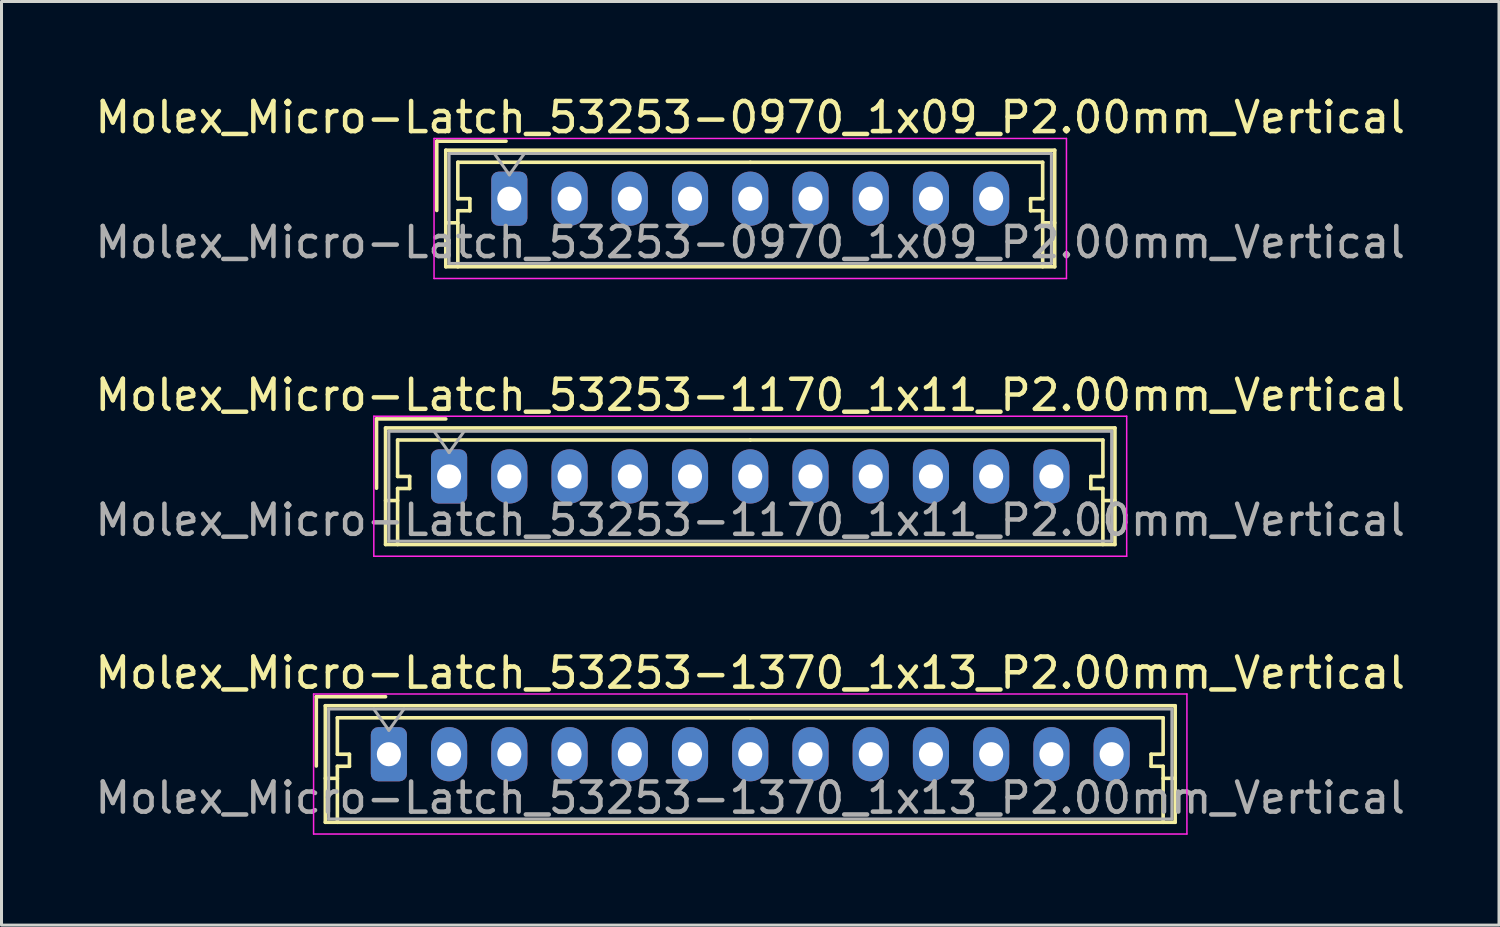
<source format=kicad_pcb>
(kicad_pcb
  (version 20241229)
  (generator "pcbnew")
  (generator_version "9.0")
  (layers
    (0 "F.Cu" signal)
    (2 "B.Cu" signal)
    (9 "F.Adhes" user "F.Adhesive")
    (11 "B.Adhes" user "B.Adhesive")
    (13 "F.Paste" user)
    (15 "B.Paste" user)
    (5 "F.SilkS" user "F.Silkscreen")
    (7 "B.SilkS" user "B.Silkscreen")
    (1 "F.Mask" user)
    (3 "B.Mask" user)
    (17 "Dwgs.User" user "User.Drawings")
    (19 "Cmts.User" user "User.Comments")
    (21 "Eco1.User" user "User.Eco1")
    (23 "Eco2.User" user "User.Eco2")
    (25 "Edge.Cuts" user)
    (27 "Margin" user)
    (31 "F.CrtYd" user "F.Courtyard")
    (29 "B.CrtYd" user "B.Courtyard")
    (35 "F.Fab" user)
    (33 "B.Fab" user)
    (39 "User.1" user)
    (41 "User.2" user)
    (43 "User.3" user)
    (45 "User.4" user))
  (footprint "Molex_Micro-Latch_53253-0970_1x09_P2.00mm_Vertical"
    (layer "F.Cu")
    (at 13.863 3.548)
    (property "Reference" "Molex_Micro-Latch_53253-0970_1x09_P2.00mm_Vertical" (at 8 -2.7 0) (layer "F.SilkS") (effects (font (size 1 1) (thickness 0.15))))
    (attr through_hole)
    (fp_line (start -2.41 -1.91) (end -2.41 0.39) (stroke (width 0.12) (type solid)) (layer "F.SilkS"))
    (fp_line (start -2.11 -1.61) (end -2.11 2.26) (stroke (width 0.12) (type solid)) (layer "F.SilkS"))
    (fp_line (start -2.11 0.8) (end -1.71 0.8) (stroke (width 0.12) (type solid)) (layer "F.SilkS"))
    (fp_line (start -2.11 2.26) (end 18.11 2.26) (stroke (width 0.12) (type solid)) (layer "F.SilkS"))
    (fp_line (start -1.71 -1.21) (end -1.71 0) (stroke (width 0.12) (type solid)) (layer "F.SilkS"))
    (fp_line (start -1.71 0) (end -1.31 0) (stroke (width 0.12) (type solid)) (layer "F.SilkS"))
    (fp_line (start -1.71 0.4) (end -1.71 2.26) (stroke (width 0.12) (type solid)) (layer "F.SilkS"))
    (fp_line (start -1.31 0) (end -1.31 0.4) (stroke (width 0.12) (type solid)) (layer "F.SilkS"))
    (fp_line (start -1.31 0.4) (end -1.71 0.4) (stroke (width 0.12) (type solid)) (layer "F.SilkS"))
    (fp_line (start -0.11 -1.91) (end -2.41 -1.91) (stroke (width 0.12) (type solid)) (layer "F.SilkS"))
    (fp_line (start 8 -1.21) (end -1.71 -1.21) (stroke (width 0.12) (type solid)) (layer "F.SilkS"))
    (fp_line (start 8 -1.21) (end 17.71 -1.21) (stroke (width 0.12) (type solid)) (layer "F.SilkS"))
    (fp_line (start 17.31 0) (end 17.31 0.4) (stroke (width 0.12) (type solid)) (layer "F.SilkS"))
    (fp_line (start 17.31 0.4) (end 17.71 0.4) (stroke (width 0.12) (type solid)) (layer "F.SilkS"))
    (fp_line (start 17.71 -1.21) (end 17.71 0) (stroke (width 0.12) (type solid)) (layer "F.SilkS"))
    (fp_line (start 17.71 0) (end 17.31 0) (stroke (width 0.12) (type solid)) (layer "F.SilkS"))
    (fp_line (start 17.71 0.4) (end 17.71 2.26) (stroke (width 0.12) (type solid)) (layer "F.SilkS"))
    (fp_line (start 18.11 -1.61) (end -2.11 -1.61) (stroke (width 0.12) (type solid)) (layer "F.SilkS"))
    (fp_line (start 18.11 0.8) (end 17.71 0.8) (stroke (width 0.12) (type solid)) (layer "F.SilkS"))
    (fp_line (start 18.11 2.26) (end 18.11 -1.61) (stroke (width 0.12) (type solid)) (layer "F.SilkS"))
    (fp_line (start -2.5 -2) (end -2.5 2.65) (stroke (width 0.05) (type solid)) (layer "F.CrtYd"))
    (fp_line (start -2.5 2.65) (end 18.5 2.65) (stroke (width 0.05) (type solid)) (layer "F.CrtYd"))
    (fp_line (start 18.5 -2) (end -2.5 -2) (stroke (width 0.05) (type solid)) (layer "F.CrtYd"))
    (fp_line (start 18.5 2.65) (end 18.5 -2) (stroke (width 0.05) (type solid)) (layer "F.CrtYd"))
    (fp_line (start -2 -1.5) (end -2 2.15) (stroke (width 0.1) (type solid)) (layer "F.Fab"))
    (fp_line (start -2 2.15) (end 18 2.15) (stroke (width 0.1) (type solid)) (layer "F.Fab"))
    (fp_line (start -0.5 -1.5) (end 0 -0.793) (stroke (width 0.1) (type solid)) (layer "F.Fab"))
    (fp_line (start 0 -0.793) (end 0.5 -1.5) (stroke (width 0.1) (type solid)) (layer "F.Fab"))
    (fp_line (start 18 -1.5) (end -2 -1.5) (stroke (width 0.1) (type solid)) (layer "F.Fab"))
    (fp_line (start 18 2.15) (end 18 -1.5) (stroke (width 0.1) (type solid)) (layer "F.Fab"))
    (fp_text user "${REFERENCE}" (at 8 1.45 0) (layer "F.Fab") (effects (font (size 1 1) (thickness 0.15))))
    (pad "1" thru_hole roundrect (at 0 0) (size 1.2 1.8) (drill 0.8) (layers "*.Cu" "*.Mask") (roundrect_rratio 0.208))
    (pad "2" thru_hole oval (at 2 0) (size 1.2 1.8) (drill 0.8) (layers "*.Cu" "*.Mask"))
    (pad "3" thru_hole oval (at 4 0) (size 1.2 1.8) (drill 0.8) (layers "*.Cu" "*.Mask"))
    (pad "4" thru_hole oval (at 6 0) (size 1.2 1.8) (drill 0.8) (layers "*.Cu" "*.Mask"))
    (pad "5" thru_hole oval (at 8 0) (size 1.2 1.8) (drill 0.8) (layers "*.Cu" "*.Mask"))
    (pad "6" thru_hole oval (at 10 0) (size 1.2 1.8) (drill 0.8) (layers "*.Cu" "*.Mask"))
    (pad "7" thru_hole oval (at 12 0) (size 1.2 1.8) (drill 0.8) (layers "*.Cu" "*.Mask"))
    (pad "8" thru_hole oval (at 14 0) (size 1.2 1.8) (drill 0.8) (layers "*.Cu" "*.Mask"))
    (pad "9" thru_hole oval (at 16 0) (size 1.2 1.8) (drill 0.8) (layers "*.Cu" "*.Mask")))
  (footprint "Molex_Micro-Latch_53253-1370_1x13_P2.00mm_Vertical"
    (layer "F.Cu")
    (at 9.863 21.995)
    (property "Reference" "Molex_Micro-Latch_53253-1370_1x13_P2.00mm_Vertical" (at 12 -2.7 0) (layer "F.SilkS") (effects (font (size 1 1) (thickness 0.15))))
    (attr through_hole)
    (fp_line (start -2.41 -1.91) (end -2.41 0.39) (stroke (width 0.12) (type solid)) (layer "F.SilkS"))
    (fp_line (start -2.11 -1.61) (end -2.11 2.26) (stroke (width 0.12) (type solid)) (layer "F.SilkS"))
    (fp_line (start -2.11 0.8) (end -1.71 0.8) (stroke (width 0.12) (type solid)) (layer "F.SilkS"))
    (fp_line (start -2.11 2.26) (end 26.11 2.26) (stroke (width 0.12) (type solid)) (layer "F.SilkS"))
    (fp_line (start -1.71 -1.21) (end -1.71 0) (stroke (width 0.12) (type solid)) (layer "F.SilkS"))
    (fp_line (start -1.71 0) (end -1.31 0) (stroke (width 0.12) (type solid)) (layer "F.SilkS"))
    (fp_line (start -1.71 0.4) (end -1.71 2.26) (stroke (width 0.12) (type solid)) (layer "F.SilkS"))
    (fp_line (start -1.31 0) (end -1.31 0.4) (stroke (width 0.12) (type solid)) (layer "F.SilkS"))
    (fp_line (start -1.31 0.4) (end -1.71 0.4) (stroke (width 0.12) (type solid)) (layer "F.SilkS"))
    (fp_line (start -0.11 -1.91) (end -2.41 -1.91) (stroke (width 0.12) (type solid)) (layer "F.SilkS"))
    (fp_line (start 12 -1.21) (end -1.71 -1.21) (stroke (width 0.12) (type solid)) (layer "F.SilkS"))
    (fp_line (start 12 -1.21) (end 25.71 -1.21) (stroke (width 0.12) (type solid)) (layer "F.SilkS"))
    (fp_line (start 25.31 0) (end 25.31 0.4) (stroke (width 0.12) (type solid)) (layer "F.SilkS"))
    (fp_line (start 25.31 0.4) (end 25.71 0.4) (stroke (width 0.12) (type solid)) (layer "F.SilkS"))
    (fp_line (start 25.71 -1.21) (end 25.71 0) (stroke (width 0.12) (type solid)) (layer "F.SilkS"))
    (fp_line (start 25.71 0) (end 25.31 0) (stroke (width 0.12) (type solid)) (layer "F.SilkS"))
    (fp_line (start 25.71 0.4) (end 25.71 2.26) (stroke (width 0.12) (type solid)) (layer "F.SilkS"))
    (fp_line (start 26.11 -1.61) (end -2.11 -1.61) (stroke (width 0.12) (type solid)) (layer "F.SilkS"))
    (fp_line (start 26.11 0.8) (end 25.71 0.8) (stroke (width 0.12) (type solid)) (layer "F.SilkS"))
    (fp_line (start 26.11 2.26) (end 26.11 -1.61) (stroke (width 0.12) (type solid)) (layer "F.SilkS"))
    (fp_line (start -2.5 -2) (end -2.5 2.65) (stroke (width 0.05) (type solid)) (layer "F.CrtYd"))
    (fp_line (start -2.5 2.65) (end 26.5 2.65) (stroke (width 0.05) (type solid)) (layer "F.CrtYd"))
    (fp_line (start 26.5 -2) (end -2.5 -2) (stroke (width 0.05) (type solid)) (layer "F.CrtYd"))
    (fp_line (start 26.5 2.65) (end 26.5 -2) (stroke (width 0.05) (type solid)) (layer "F.CrtYd"))
    (fp_line (start -2 -1.5) (end -2 2.15) (stroke (width 0.1) (type solid)) (layer "F.Fab"))
    (fp_line (start -2 2.15) (end 26 2.15) (stroke (width 0.1) (type solid)) (layer "F.Fab"))
    (fp_line (start -0.5 -1.5) (end 0 -0.793) (stroke (width 0.1) (type solid)) (layer "F.Fab"))
    (fp_line (start 0 -0.793) (end 0.5 -1.5) (stroke (width 0.1) (type solid)) (layer "F.Fab"))
    (fp_line (start 26 -1.5) (end -2 -1.5) (stroke (width 0.1) (type solid)) (layer "F.Fab"))
    (fp_line (start 26 2.15) (end 26 -1.5) (stroke (width 0.1) (type solid)) (layer "F.Fab"))
    (fp_text user "${REFERENCE}" (at 12 1.45 0) (layer "F.Fab") (effects (font (size 1 1) (thickness 0.15))))
    (pad "1" thru_hole roundrect (at 0 0) (size 1.2 1.8) (drill 0.8) (layers "*.Cu" "*.Mask") (roundrect_rratio 0.208))
    (pad "2" thru_hole oval (at 2 0) (size 1.2 1.8) (drill 0.8) (layers "*.Cu" "*.Mask"))
    (pad "3" thru_hole oval (at 4 0) (size 1.2 1.8) (drill 0.8) (layers "*.Cu" "*.Mask"))
    (pad "4" thru_hole oval (at 6 0) (size 1.2 1.8) (drill 0.8) (layers "*.Cu" "*.Mask"))
    (pad "5" thru_hole oval (at 8 0) (size 1.2 1.8) (drill 0.8) (layers "*.Cu" "*.Mask"))
    (pad "6" thru_hole oval (at 10 0) (size 1.2 1.8) (drill 0.8) (layers "*.Cu" "*.Mask"))
    (pad "7" thru_hole oval (at 12 0) (size 1.2 1.8) (drill 0.8) (layers "*.Cu" "*.Mask"))
    (pad "8" thru_hole oval (at 14 0) (size 1.2 1.8) (drill 0.8) (layers "*.Cu" "*.Mask"))
    (pad "9" thru_hole oval (at 16 0) (size 1.2 1.8) (drill 0.8) (layers "*.Cu" "*.Mask"))
    (pad "10" thru_hole oval (at 18 0) (size 1.2 1.8) (drill 0.8) (layers "*.Cu" "*.Mask"))
    (pad "11" thru_hole oval (at 20 0) (size 1.2 1.8) (drill 0.8) (layers "*.Cu" "*.Mask"))
    (pad "12" thru_hole oval (at 22 0) (size 1.2 1.8) (drill 0.8) (layers "*.Cu" "*.Mask"))
    (pad "13" thru_hole oval (at 24 0) (size 1.2 1.8) (drill 0.8) (layers "*.Cu" "*.Mask")))
  (footprint "Molex_Micro-Latch_53253-1170_1x11_P2.00mm_Vertical"
    (layer "F.Cu")
    (at 11.863 12.771)
    (property "Reference" "Molex_Micro-Latch_53253-1170_1x11_P2.00mm_Vertical" (at 10 -2.7 0) (layer "F.SilkS") (effects (font (size 1 1) (thickness 0.15))))
    (attr through_hole)
    (fp_line (start -2.41 -1.91) (end -2.41 0.39) (stroke (width 0.12) (type solid)) (layer "F.SilkS"))
    (fp_line (start -2.11 -1.61) (end -2.11 2.26) (stroke (width 0.12) (type solid)) (layer "F.SilkS"))
    (fp_line (start -2.11 0.8) (end -1.71 0.8) (stroke (width 0.12) (type solid)) (layer "F.SilkS"))
    (fp_line (start -2.11 2.26) (end 22.11 2.26) (stroke (width 0.12) (type solid)) (layer "F.SilkS"))
    (fp_line (start -1.71 -1.21) (end -1.71 0) (stroke (width 0.12) (type solid)) (layer "F.SilkS"))
    (fp_line (start -1.71 0) (end -1.31 0) (stroke (width 0.12) (type solid)) (layer "F.SilkS"))
    (fp_line (start -1.71 0.4) (end -1.71 2.26) (stroke (width 0.12) (type solid)) (layer "F.SilkS"))
    (fp_line (start -1.31 0) (end -1.31 0.4) (stroke (width 0.12) (type solid)) (layer "F.SilkS"))
    (fp_line (start -1.31 0.4) (end -1.71 0.4) (stroke (width 0.12) (type solid)) (layer "F.SilkS"))
    (fp_line (start -0.11 -1.91) (end -2.41 -1.91) (stroke (width 0.12) (type solid)) (layer "F.SilkS"))
    (fp_line (start 10 -1.21) (end -1.71 -1.21) (stroke (width 0.12) (type solid)) (layer "F.SilkS"))
    (fp_line (start 10 -1.21) (end 21.71 -1.21) (stroke (width 0.12) (type solid)) (layer "F.SilkS"))
    (fp_line (start 21.31 0) (end 21.31 0.4) (stroke (width 0.12) (type solid)) (layer "F.SilkS"))
    (fp_line (start 21.31 0.4) (end 21.71 0.4) (stroke (width 0.12) (type solid)) (layer "F.SilkS"))
    (fp_line (start 21.71 -1.21) (end 21.71 0) (stroke (width 0.12) (type solid)) (layer "F.SilkS"))
    (fp_line (start 21.71 0) (end 21.31 0) (stroke (width 0.12) (type solid)) (layer "F.SilkS"))
    (fp_line (start 21.71 0.4) (end 21.71 2.26) (stroke (width 0.12) (type solid)) (layer "F.SilkS"))
    (fp_line (start 22.11 -1.61) (end -2.11 -1.61) (stroke (width 0.12) (type solid)) (layer "F.SilkS"))
    (fp_line (start 22.11 0.8) (end 21.71 0.8) (stroke (width 0.12) (type solid)) (layer "F.SilkS"))
    (fp_line (start 22.11 2.26) (end 22.11 -1.61) (stroke (width 0.12) (type solid)) (layer "F.SilkS"))
    (fp_line (start -2.5 -2) (end -2.5 2.65) (stroke (width 0.05) (type solid)) (layer "F.CrtYd"))
    (fp_line (start -2.5 2.65) (end 22.5 2.65) (stroke (width 0.05) (type solid)) (layer "F.CrtYd"))
    (fp_line (start 22.5 -2) (end -2.5 -2) (stroke (width 0.05) (type solid)) (layer "F.CrtYd"))
    (fp_line (start 22.5 2.65) (end 22.5 -2) (stroke (width 0.05) (type solid)) (layer "F.CrtYd"))
    (fp_line (start -2 -1.5) (end -2 2.15) (stroke (width 0.1) (type solid)) (layer "F.Fab"))
    (fp_line (start -2 2.15) (end 22 2.15) (stroke (width 0.1) (type solid)) (layer "F.Fab"))
    (fp_line (start -0.5 -1.5) (end 0 -0.793) (stroke (width 0.1) (type solid)) (layer "F.Fab"))
    (fp_line (start 0 -0.793) (end 0.5 -1.5) (stroke (width 0.1) (type solid)) (layer "F.Fab"))
    (fp_line (start 22 -1.5) (end -2 -1.5) (stroke (width 0.1) (type solid)) (layer "F.Fab"))
    (fp_line (start 22 2.15) (end 22 -1.5) (stroke (width 0.1) (type solid)) (layer "F.Fab"))
    (fp_text user "${REFERENCE}" (at 10 1.45 0) (layer "F.Fab") (effects (font (size 1 1) (thickness 0.15))))
    (pad "1" thru_hole roundrect (at 0 0) (size 1.2 1.8) (drill 0.8) (layers "*.Cu" "*.Mask") (roundrect_rratio 0.208))
    (pad "2" thru_hole oval (at 2 0) (size 1.2 1.8) (drill 0.8) (layers "*.Cu" "*.Mask"))
    (pad "3" thru_hole oval (at 4 0) (size 1.2 1.8) (drill 0.8) (layers "*.Cu" "*.Mask"))
    (pad "4" thru_hole oval (at 6 0) (size 1.2 1.8) (drill 0.8) (layers "*.Cu" "*.Mask"))
    (pad "5" thru_hole oval (at 8 0) (size 1.2 1.8) (drill 0.8) (layers "*.Cu" "*.Mask"))
    (pad "6" thru_hole oval (at 10 0) (size 1.2 1.8) (drill 0.8) (layers "*.Cu" "*.Mask"))
    (pad "7" thru_hole oval (at 12 0) (size 1.2 1.8) (drill 0.8) (layers "*.Cu" "*.Mask"))
    (pad "8" thru_hole oval (at 14 0) (size 1.2 1.8) (drill 0.8) (layers "*.Cu" "*.Mask"))
    (pad "9" thru_hole oval (at 16 0) (size 1.2 1.8) (drill 0.8) (layers "*.Cu" "*.Mask"))
    (pad "10" thru_hole oval (at 18 0) (size 1.2 1.8) (drill 0.8) (layers "*.Cu" "*.Mask"))
    (pad "11" thru_hole oval (at 20 0) (size 1.2 1.8) (drill 0.8) (layers "*.Cu" "*.Mask")))
  (gr_rect
    (start -3 -3)
    (end 46.726 27.67)
    (stroke (width 0.1) (type default))
    (fill no)
    (layer "Edge.Cuts")))
</source>
